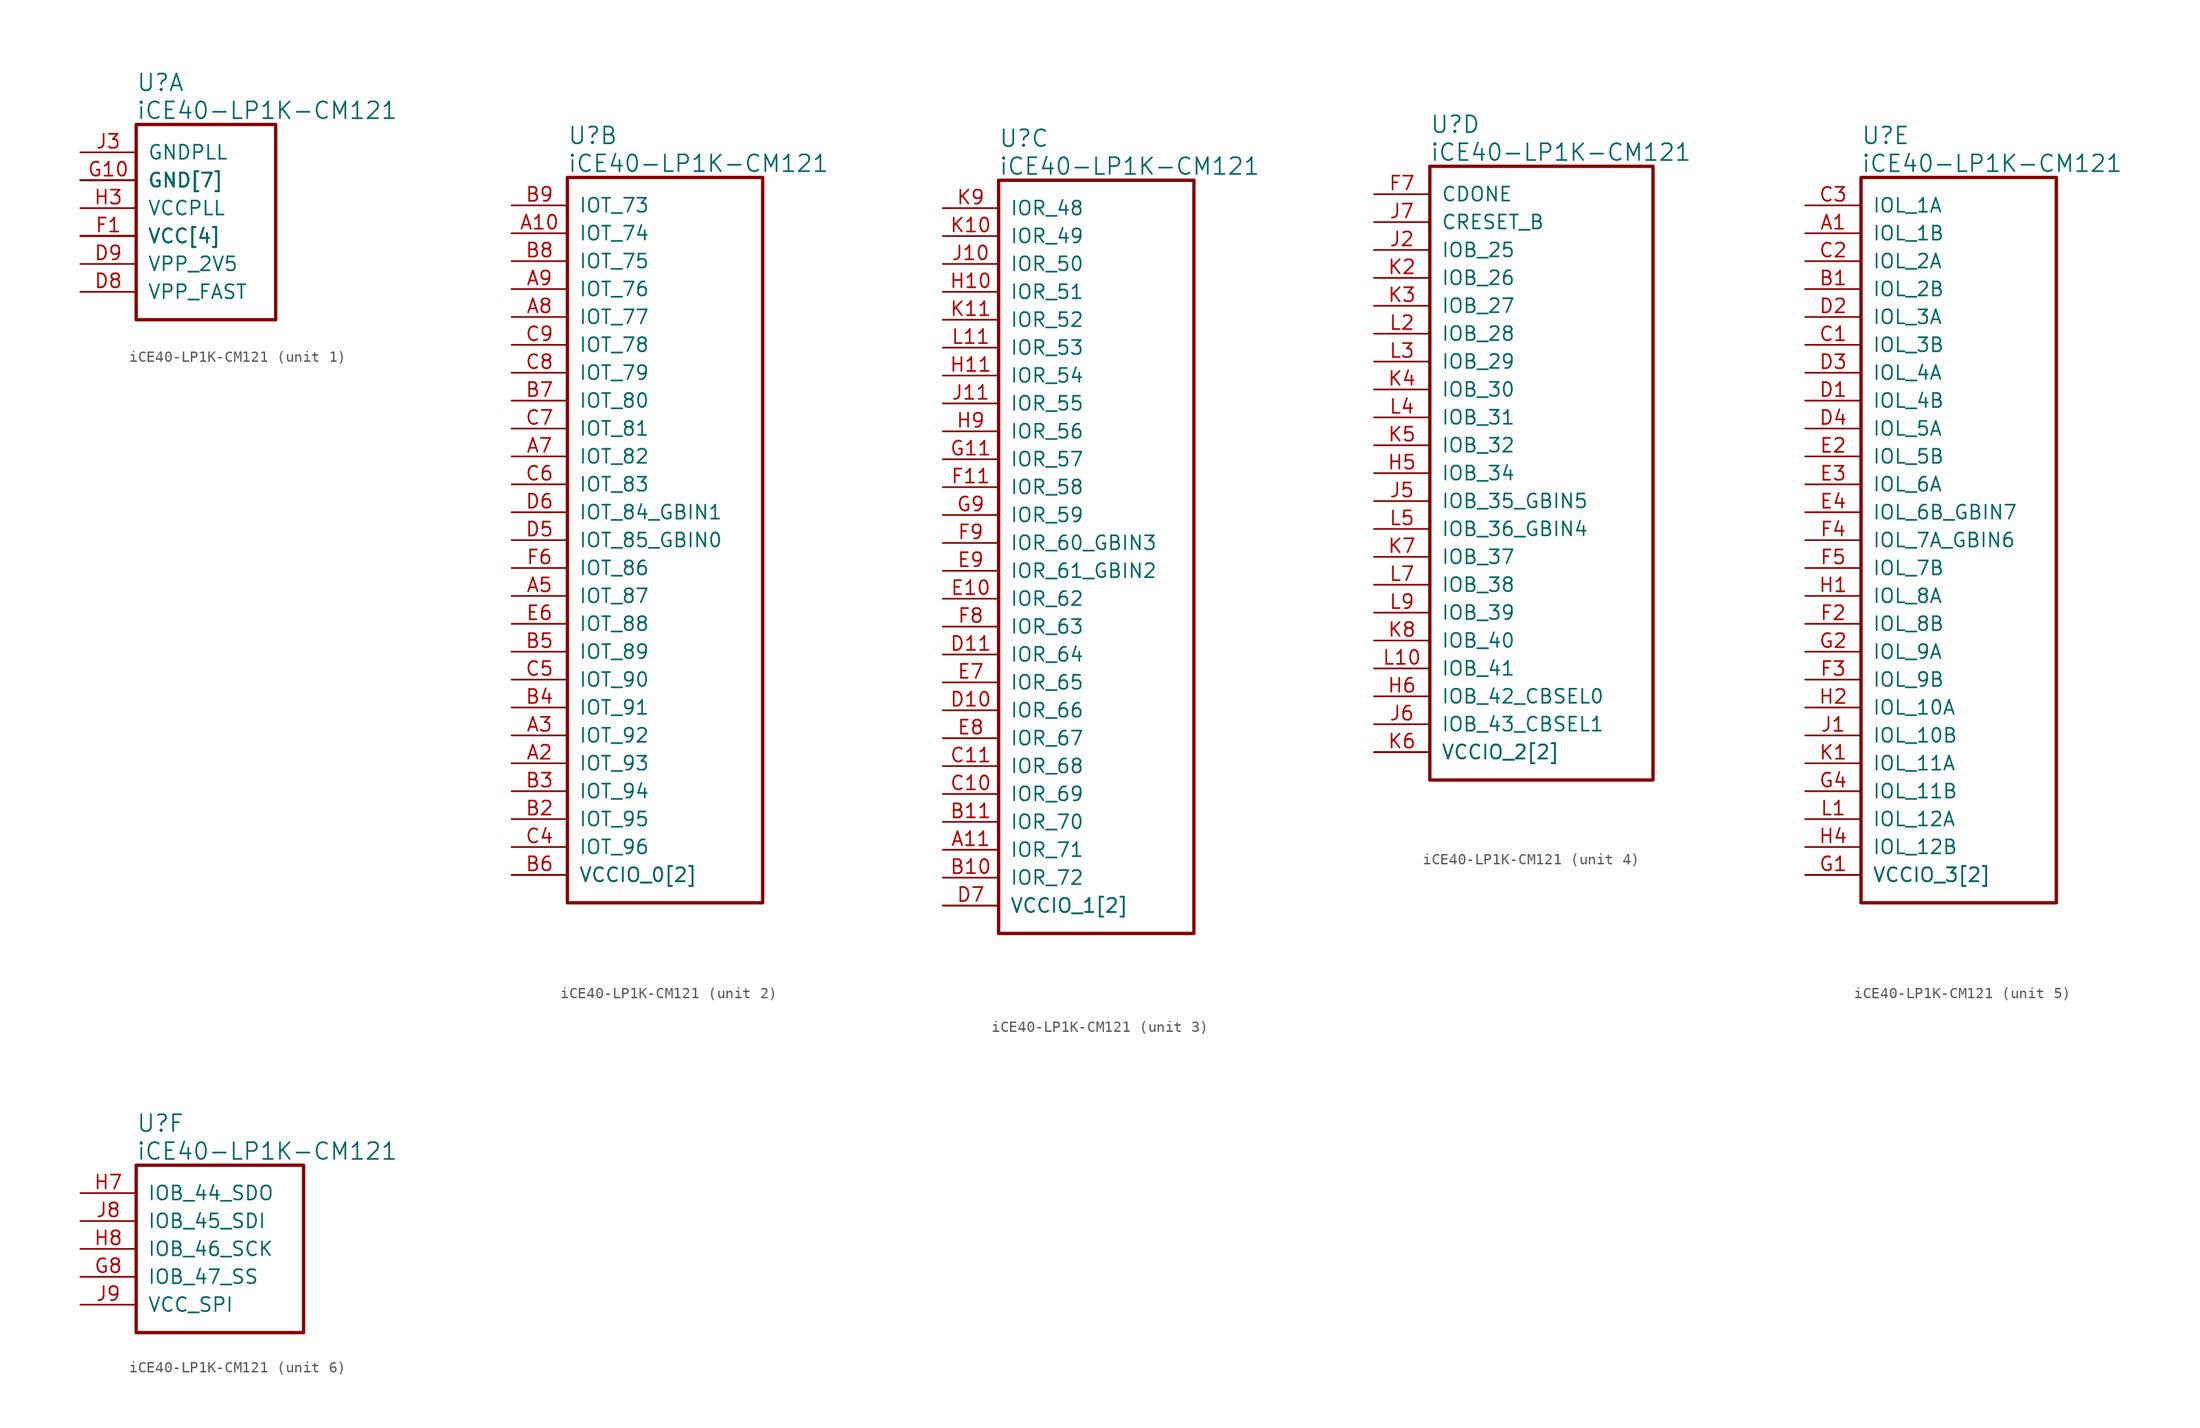
<source format=kicad_sym>
(kicad_symbol_lib
  (version 20241209)
  (generator "kicad_symbol_editor")
  (generator_version "9.0")
  (symbol "iCE40-LP1K-CM121"
    (pin_names
      (offset 1.016))
    (property "Reference" "U"
      (at 5.08 6.35 0)
      (effects (font (size 1.524 1.524)) (justify left)))
    (property "Value" "iCE40-LP1K-CM121"
      (at 5.08 3.81 0)
      (effects (font (size 1.524 1.524)) (justify left)))
    (property "ki_locked" ""
      (at 0 0 0)
      (effects (font (size 1.27 1.27))))
    (symbol "iCE40-LP1K-CM121_1_1"
      (rectangle (start 5.08 2.54) (end 17.78 -15.24) (stroke (width 0.305) (type solid)) (fill (type none)))
      (pin power_in line (at 0 0 0) (length 5.08) (name "GNDPLL" (effects (font (size 1.27 1.27)))) (number "J3" (effects (font (size 1.27 1.27)))))
      (pin power_in line (at 0 -2.54 0) (length 5.08) (name "GND[7]" (effects (font (size 1.27 1.27)))) (number "A6" (effects (font (size 0 0)))))
      (pin power_in line (at 0 -2.54 0) (length 5.08) (name "GND[7]" (effects (font (size 1.27 1.27)))) (number "E1" (effects (font (size 0 0)))))
      (pin power_in line (at 0 -2.54 0) (length 5.08) (name "GND[7]" (effects (font (size 1.27 1.27)))) (number "G10" (effects (font (size 1.27 1.27)))))
      (pin power_in line (at 0 -2.54 0) (length 5.08) (name "GND[7]" (effects (font (size 1.27 1.27)))) (number "G5" (effects (font (size 0 0)))))
      (pin power_in line (at 0 -2.54 0) (length 5.08) (name "GND[7]" (effects (font (size 1.27 1.27)))) (number "G6" (effects (font (size 0 0)))))
      (pin power_in line (at 0 -2.54 0) (length 5.08) (name "GND[7]" (effects (font (size 1.27 1.27)))) (number "G7" (effects (font (size 0 0)))))
      (pin power_in line (at 0 -2.54 0) (length 5.08) (name "GND[7]" (effects (font (size 1.27 1.27)))) (number "L6" (effects (font (size 0 0)))))
      (pin power_in line (at 0 -5.08 0) (length 5.08) (name "VCCPLL" (effects (font (size 1.27 1.27)))) (number "H3" (effects (font (size 1.27 1.27)))))
      (pin power_in line (at 0 -7.62 0) (length 5.08) (name "VCC[4]" (effects (font (size 1.27 1.27)))) (number "E5" (effects (font (size 0 0)))))
      (pin power_in line (at 0 -7.62 0) (length 5.08) (name "VCC[4]" (effects (font (size 1.27 1.27)))) (number "F1" (effects (font (size 1.27 1.27)))))
      (pin power_in line (at 0 -7.62 0) (length 5.08) (name "VCC[4]" (effects (font (size 1.27 1.27)))) (number "F10" (effects (font (size 0 0)))))
      (pin power_in line (at 0 -7.62 0) (length 5.08) (name "VCC[4]" (effects (font (size 1.27 1.27)))) (number "G3" (effects (font (size 0 0)))))
      (pin power_in line (at 0 -10.16 0) (length 5.08) (name "VPP_2V5" (effects (font (size 1.27 1.27)))) (number "D9" (effects (font (size 1.27 1.27)))))
      (pin power_in line (at 0 -12.7 0) (length 5.08) (name "VPP_FAST" (effects (font (size 1.27 1.27)))) (number "D8" (effects (font (size 1.27 1.27))))))
    (symbol "iCE40-LP1K-CM121_2_1"
      (rectangle (start 5.08 2.54) (end 22.86 -63.5) (stroke (width 0.305) (type solid)) (fill (type none)))
      (pin bidirectional line (at 0 0 0) (length 5.08) (name "IOT_73" (effects (font (size 1.27 1.27)))) (number "B9" (effects (font (size 1.27 1.27)))))
      (pin bidirectional line (at 0 -2.54 0) (length 5.08) (name "IOT_74" (effects (font (size 1.27 1.27)))) (number "A10" (effects (font (size 1.27 1.27)))))
      (pin bidirectional line (at 0 -5.08 0) (length 5.08) (name "IOT_75" (effects (font (size 1.27 1.27)))) (number "B8" (effects (font (size 1.27 1.27)))))
      (pin bidirectional line (at 0 -7.62 0) (length 5.08) (name "IOT_76" (effects (font (size 1.27 1.27)))) (number "A9" (effects (font (size 1.27 1.27)))))
      (pin bidirectional line (at 0 -10.16 0) (length 5.08) (name "IOT_77" (effects (font (size 1.27 1.27)))) (number "A8" (effects (font (size 1.27 1.27)))))
      (pin bidirectional line (at 0 -12.7 0) (length 5.08) (name "IOT_78" (effects (font (size 1.27 1.27)))) (number "C9" (effects (font (size 1.27 1.27)))))
      (pin bidirectional line (at 0 -15.24 0) (length 5.08) (name "IOT_79" (effects (font (size 1.27 1.27)))) (number "C8" (effects (font (size 1.27 1.27)))))
      (pin bidirectional line (at 0 -17.78 0) (length 5.08) (name "IOT_80" (effects (font (size 1.27 1.27)))) (number "B7" (effects (font (size 1.27 1.27)))))
      (pin bidirectional line (at 0 -20.32 0) (length 5.08) (name "IOT_81" (effects (font (size 1.27 1.27)))) (number "C7" (effects (font (size 1.27 1.27)))))
      (pin bidirectional line (at 0 -22.86 0) (length 5.08) (name "IOT_82" (effects (font (size 1.27 1.27)))) (number "A7" (effects (font (size 1.27 1.27)))))
      (pin bidirectional line (at 0 -25.4 0) (length 5.08) (name "IOT_83" (effects (font (size 1.27 1.27)))) (number "C6" (effects (font (size 1.27 1.27)))))
      (pin bidirectional line (at 0 -27.94 0) (length 5.08) (name "IOT_84_GBIN1" (effects (font (size 1.27 1.27)))) (number "D6" (effects (font (size 1.27 1.27)))))
      (pin bidirectional line (at 0 -30.48 0) (length 5.08) (name "IOT_85_GBIN0" (effects (font (size 1.27 1.27)))) (number "D5" (effects (font (size 1.27 1.27)))))
      (pin bidirectional line (at 0 -33.02 0) (length 5.08) (name "IOT_86" (effects (font (size 1.27 1.27)))) (number "F6" (effects (font (size 1.27 1.27)))))
      (pin bidirectional line (at 0 -35.56 0) (length 5.08) (name "IOT_87" (effects (font (size 1.27 1.27)))) (number "A5" (effects (font (size 1.27 1.27)))))
      (pin bidirectional line (at 0 -38.1 0) (length 5.08) (name "IOT_88" (effects (font (size 1.27 1.27)))) (number "E6" (effects (font (size 1.27 1.27)))))
      (pin bidirectional line (at 0 -40.64 0) (length 5.08) (name "IOT_89" (effects (font (size 1.27 1.27)))) (number "B5" (effects (font (size 1.27 1.27)))))
      (pin bidirectional line (at 0 -43.18 0) (length 5.08) (name "IOT_90" (effects (font (size 1.27 1.27)))) (number "C5" (effects (font (size 1.27 1.27)))))
      (pin bidirectional line (at 0 -45.72 0) (length 5.08) (name "IOT_91" (effects (font (size 1.27 1.27)))) (number "B4" (effects (font (size 1.27 1.27)))))
      (pin bidirectional line (at 0 -48.26 0) (length 5.08) (name "IOT_92" (effects (font (size 1.27 1.27)))) (number "A3" (effects (font (size 1.27 1.27)))))
      (pin bidirectional line (at 0 -50.8 0) (length 5.08) (name "IOT_93" (effects (font (size 1.27 1.27)))) (number "A2" (effects (font (size 1.27 1.27)))))
      (pin bidirectional line (at 0 -53.34 0) (length 5.08) (name "IOT_94" (effects (font (size 1.27 1.27)))) (number "B3" (effects (font (size 1.27 1.27)))))
      (pin bidirectional line (at 0 -55.88 0) (length 5.08) (name "IOT_95" (effects (font (size 1.27 1.27)))) (number "B2" (effects (font (size 1.27 1.27)))))
      (pin bidirectional line (at 0 -58.42 0) (length 5.08) (name "IOT_96" (effects (font (size 1.27 1.27)))) (number "C4" (effects (font (size 1.27 1.27)))))
      (pin power_in line (at 0 -60.96 0) (length 5.08) (name "VCCIO_0[2]" (effects (font (size 1.27 1.27)))) (number "A4" (effects (font (size 0 0)))))
      (pin power_in line (at 0 -60.96 0) (length 5.08) (name "VCCIO_0[2]" (effects (font (size 1.27 1.27)))) (number "B6" (effects (font (size 1.27 1.27))))))
    (symbol "iCE40-LP1K-CM121_3_1"
      (rectangle (start 5.08 2.54) (end 22.86 -66.04) (stroke (width 0.305) (type solid)) (fill (type none)))
      (pin bidirectional line (at 0 0 0) (length 5.08) (name "IOR_48" (effects (font (size 1.27 1.27)))) (number "K9" (effects (font (size 1.27 1.27)))))
      (pin bidirectional line (at 0 -2.54 0) (length 5.08) (name "IOR_49" (effects (font (size 1.27 1.27)))) (number "K10" (effects (font (size 1.27 1.27)))))
      (pin bidirectional line (at 0 -5.08 0) (length 5.08) (name "IOR_50" (effects (font (size 1.27 1.27)))) (number "J10" (effects (font (size 1.27 1.27)))))
      (pin bidirectional line (at 0 -7.62 0) (length 5.08) (name "IOR_51" (effects (font (size 1.27 1.27)))) (number "H10" (effects (font (size 1.27 1.27)))))
      (pin bidirectional line (at 0 -10.16 0) (length 5.08) (name "IOR_52" (effects (font (size 1.27 1.27)))) (number "K11" (effects (font (size 1.27 1.27)))))
      (pin bidirectional line (at 0 -12.7 0) (length 5.08) (name "IOR_53" (effects (font (size 1.27 1.27)))) (number "L11" (effects (font (size 1.27 1.27)))))
      (pin bidirectional line (at 0 -15.24 0) (length 5.08) (name "IOR_54" (effects (font (size 1.27 1.27)))) (number "H11" (effects (font (size 1.27 1.27)))))
      (pin bidirectional line (at 0 -17.78 0) (length 5.08) (name "IOR_55" (effects (font (size 1.27 1.27)))) (number "J11" (effects (font (size 1.27 1.27)))))
      (pin bidirectional line (at 0 -20.32 0) (length 5.08) (name "IOR_56" (effects (font (size 1.27 1.27)))) (number "H9" (effects (font (size 1.27 1.27)))))
      (pin bidirectional line (at 0 -22.86 0) (length 5.08) (name "IOR_57" (effects (font (size 1.27 1.27)))) (number "G11" (effects (font (size 1.27 1.27)))))
      (pin bidirectional line (at 0 -25.4 0) (length 5.08) (name "IOR_58" (effects (font (size 1.27 1.27)))) (number "F11" (effects (font (size 1.27 1.27)))))
      (pin bidirectional line (at 0 -27.94 0) (length 5.08) (name "IOR_59" (effects (font (size 1.27 1.27)))) (number "G9" (effects (font (size 1.27 1.27)))))
      (pin bidirectional line (at 0 -30.48 0) (length 5.08) (name "IOR_60_GBIN3" (effects (font (size 1.27 1.27)))) (number "F9" (effects (font (size 1.27 1.27)))))
      (pin bidirectional line (at 0 -33.02 0) (length 5.08) (name "IOR_61_GBIN2" (effects (font (size 1.27 1.27)))) (number "E9" (effects (font (size 1.27 1.27)))))
      (pin bidirectional line (at 0 -35.56 0) (length 5.08) (name "IOR_62" (effects (font (size 1.27 1.27)))) (number "E10" (effects (font (size 1.27 1.27)))))
      (pin bidirectional line (at 0 -38.1 0) (length 5.08) (name "IOR_63" (effects (font (size 1.27 1.27)))) (number "F8" (effects (font (size 1.27 1.27)))))
      (pin bidirectional line (at 0 -40.64 0) (length 5.08) (name "IOR_64" (effects (font (size 1.27 1.27)))) (number "D11" (effects (font (size 1.27 1.27)))))
      (pin bidirectional line (at 0 -43.18 0) (length 5.08) (name "IOR_65" (effects (font (size 1.27 1.27)))) (number "E7" (effects (font (size 1.27 1.27)))))
      (pin bidirectional line (at 0 -45.72 0) (length 5.08) (name "IOR_66" (effects (font (size 1.27 1.27)))) (number "D10" (effects (font (size 1.27 1.27)))))
      (pin bidirectional line (at 0 -48.26 0) (length 5.08) (name "IOR_67" (effects (font (size 1.27 1.27)))) (number "E8" (effects (font (size 1.27 1.27)))))
      (pin bidirectional line (at 0 -50.8 0) (length 5.08) (name "IOR_68" (effects (font (size 1.27 1.27)))) (number "C11" (effects (font (size 1.27 1.27)))))
      (pin bidirectional line (at 0 -53.34 0) (length 5.08) (name "IOR_69" (effects (font (size 1.27 1.27)))) (number "C10" (effects (font (size 1.27 1.27)))))
      (pin bidirectional line (at 0 -55.88 0) (length 5.08) (name "IOR_70" (effects (font (size 1.27 1.27)))) (number "B11" (effects (font (size 1.27 1.27)))))
      (pin bidirectional line (at 0 -58.42 0) (length 5.08) (name "IOR_71" (effects (font (size 1.27 1.27)))) (number "A11" (effects (font (size 1.27 1.27)))))
      (pin bidirectional line (at 0 -60.96 0) (length 5.08) (name "IOR_72" (effects (font (size 1.27 1.27)))) (number "B10" (effects (font (size 1.27 1.27)))))
      (pin power_in line (at 0 -63.5 0) (length 5.08) (name "VCCIO_1[2]" (effects (font (size 1.27 1.27)))) (number "D7" (effects (font (size 1.27 1.27)))))
      (pin power_in line (at 0 -63.5 0) (length 5.08) (name "VCCIO_1[2]" (effects (font (size 1.27 1.27)))) (number "E11" (effects (font (size 0 0))))))
    (symbol "iCE40-LP1K-CM121_4_1"
      (rectangle (start 5.08 2.54) (end 25.4 -53.34) (stroke (width 0.305) (type solid)) (fill (type none)))
      (pin output line (at 0 0 0) (length 5.08) (name "CDONE" (effects (font (size 1.27 1.27)))) (number "F7" (effects (font (size 1.27 1.27)))))
      (pin input line (at 0 -2.54 0) (length 5.08) (name "CRESET_B" (effects (font (size 1.27 1.27)))) (number "J7" (effects (font (size 1.27 1.27)))))
      (pin bidirectional line (at 0 -5.08 0) (length 5.08) (name "IOB_25" (effects (font (size 1.27 1.27)))) (number "J2" (effects (font (size 1.27 1.27)))))
      (pin bidirectional line (at 0 -7.62 0) (length 5.08) (name "IOB_26" (effects (font (size 1.27 1.27)))) (number "K2" (effects (font (size 1.27 1.27)))))
      (pin bidirectional line (at 0 -10.16 0) (length 5.08) (name "IOB_27" (effects (font (size 1.27 1.27)))) (number "K3" (effects (font (size 1.27 1.27)))))
      (pin bidirectional line (at 0 -12.7 0) (length 5.08) (name "IOB_28" (effects (font (size 1.27 1.27)))) (number "L2" (effects (font (size 1.27 1.27)))))
      (pin bidirectional line (at 0 -15.24 0) (length 5.08) (name "IOB_29" (effects (font (size 1.27 1.27)))) (number "L3" (effects (font (size 1.27 1.27)))))
      (pin bidirectional line (at 0 -17.78 0) (length 5.08) (name "IOB_30" (effects (font (size 1.27 1.27)))) (number "K4" (effects (font (size 1.27 1.27)))))
      (pin bidirectional line (at 0 -20.32 0) (length 5.08) (name "IOB_31" (effects (font (size 1.27 1.27)))) (number "L4" (effects (font (size 1.27 1.27)))))
      (pin bidirectional line (at 0 -22.86 0) (length 5.08) (name "IOB_32" (effects (font (size 1.27 1.27)))) (number "K5" (effects (font (size 1.27 1.27)))))
      (pin bidirectional line (at 0 -25.4 0) (length 5.08) (name "IOB_34" (effects (font (size 1.27 1.27)))) (number "H5" (effects (font (size 1.27 1.27)))))
      (pin bidirectional line (at 0 -27.94 0) (length 5.08) (name "IOB_35_GBIN5" (effects (font (size 1.27 1.27)))) (number "J5" (effects (font (size 1.27 1.27)))))
      (pin bidirectional line (at 0 -30.48 0) (length 5.08) (name "IOB_36_GBIN4" (effects (font (size 1.27 1.27)))) (number "L5" (effects (font (size 1.27 1.27)))))
      (pin bidirectional line (at 0 -33.02 0) (length 5.08) (name "IOB_37" (effects (font (size 1.27 1.27)))) (number "K7" (effects (font (size 1.27 1.27)))))
      (pin bidirectional line (at 0 -35.56 0) (length 5.08) (name "IOB_38" (effects (font (size 1.27 1.27)))) (number "L7" (effects (font (size 1.27 1.27)))))
      (pin bidirectional line (at 0 -38.1 0) (length 5.08) (name "IOB_39" (effects (font (size 1.27 1.27)))) (number "L9" (effects (font (size 1.27 1.27)))))
      (pin bidirectional line (at 0 -40.64 0) (length 5.08) (name "IOB_40" (effects (font (size 1.27 1.27)))) (number "K8" (effects (font (size 1.27 1.27)))))
      (pin bidirectional line (at 0 -43.18 0) (length 5.08) (name "IOB_41" (effects (font (size 1.27 1.27)))) (number "L10" (effects (font (size 1.27 1.27)))))
      (pin bidirectional line (at 0 -45.72 0) (length 5.08) (name "IOB_42_CBSEL0" (effects (font (size 1.27 1.27)))) (number "H6" (effects (font (size 1.27 1.27)))))
      (pin bidirectional line (at 0 -48.26 0) (length 5.08) (name "IOB_43_CBSEL1" (effects (font (size 1.27 1.27)))) (number "J6" (effects (font (size 1.27 1.27)))))
      (pin power_in line (at 0 -50.8 0) (length 5.08) (name "VCCIO_2[2]" (effects (font (size 1.27 1.27)))) (number "K6" (effects (font (size 1.27 1.27)))))
      (pin power_in line (at 0 -50.8 0) (length 5.08) (name "VCCIO_2[2]" (effects (font (size 1.27 1.27)))) (number "L8" (effects (font (size 0 0))))))
    (symbol "iCE40-LP1K-CM121_5_1"
      (rectangle (start 5.08 2.54) (end 22.86 -63.5) (stroke (width 0.305) (type solid)) (fill (type none)))
      (pin bidirectional line (at 0 0 0) (length 5.08) (name "IOL_1A" (effects (font (size 1.27 1.27)))) (number "C3" (effects (font (size 1.27 1.27)))))
      (pin bidirectional line (at 0 -2.54 0) (length 5.08) (name "IOL_1B" (effects (font (size 1.27 1.27)))) (number "A1" (effects (font (size 1.27 1.27)))))
      (pin bidirectional line (at 0 -5.08 0) (length 5.08) (name "IOL_2A" (effects (font (size 1.27 1.27)))) (number "C2" (effects (font (size 1.27 1.27)))))
      (pin bidirectional line (at 0 -7.62 0) (length 5.08) (name "IOL_2B" (effects (font (size 1.27 1.27)))) (number "B1" (effects (font (size 1.27 1.27)))))
      (pin bidirectional line (at 0 -10.16 0) (length 5.08) (name "IOL_3A" (effects (font (size 1.27 1.27)))) (number "D2" (effects (font (size 1.27 1.27)))))
      (pin bidirectional line (at 0 -12.7 0) (length 5.08) (name "IOL_3B" (effects (font (size 1.27 1.27)))) (number "C1" (effects (font (size 1.27 1.27)))))
      (pin bidirectional line (at 0 -15.24 0) (length 5.08) (name "IOL_4A" (effects (font (size 1.27 1.27)))) (number "D3" (effects (font (size 1.27 1.27)))))
      (pin bidirectional line (at 0 -17.78 0) (length 5.08) (name "IOL_4B" (effects (font (size 1.27 1.27)))) (number "D1" (effects (font (size 1.27 1.27)))))
      (pin bidirectional line (at 0 -20.32 0) (length 5.08) (name "IOL_5A" (effects (font (size 1.27 1.27)))) (number "D4" (effects (font (size 1.27 1.27)))))
      (pin bidirectional line (at 0 -22.86 0) (length 5.08) (name "IOL_5B" (effects (font (size 1.27 1.27)))) (number "E2" (effects (font (size 1.27 1.27)))))
      (pin bidirectional line (at 0 -25.4 0) (length 5.08) (name "IOL_6A" (effects (font (size 1.27 1.27)))) (number "E3" (effects (font (size 1.27 1.27)))))
      (pin bidirectional line (at 0 -27.94 0) (length 5.08) (name "IOL_6B_GBIN7" (effects (font (size 1.27 1.27)))) (number "E4" (effects (font (size 1.27 1.27)))))
      (pin bidirectional line (at 0 -30.48 0) (length 5.08) (name "IOL_7A_GBIN6" (effects (font (size 1.27 1.27)))) (number "F4" (effects (font (size 1.27 1.27)))))
      (pin bidirectional line (at 0 -33.02 0) (length 5.08) (name "IOL_7B" (effects (font (size 1.27 1.27)))) (number "F5" (effects (font (size 1.27 1.27)))))
      (pin bidirectional line (at 0 -35.56 0) (length 5.08) (name "IOL_8A" (effects (font (size 1.27 1.27)))) (number "H1" (effects (font (size 1.27 1.27)))))
      (pin bidirectional line (at 0 -38.1 0) (length 5.08) (name "IOL_8B" (effects (font (size 1.27 1.27)))) (number "F2" (effects (font (size 1.27 1.27)))))
      (pin bidirectional line (at 0 -40.64 0) (length 5.08) (name "IOL_9A" (effects (font (size 1.27 1.27)))) (number "G2" (effects (font (size 1.27 1.27)))))
      (pin bidirectional line (at 0 -43.18 0) (length 5.08) (name "IOL_9B" (effects (font (size 1.27 1.27)))) (number "F3" (effects (font (size 1.27 1.27)))))
      (pin bidirectional line (at 0 -45.72 0) (length 5.08) (name "IOL_10A" (effects (font (size 1.27 1.27)))) (number "H2" (effects (font (size 1.27 1.27)))))
      (pin bidirectional line (at 0 -48.26 0) (length 5.08) (name "IOL_10B" (effects (font (size 1.27 1.27)))) (number "J1" (effects (font (size 1.27 1.27)))))
      (pin bidirectional line (at 0 -50.8 0) (length 5.08) (name "IOL_11A" (effects (font (size 1.27 1.27)))) (number "K1" (effects (font (size 1.27 1.27)))))
      (pin bidirectional line (at 0 -53.34 0) (length 5.08) (name "IOL_11B" (effects (font (size 1.27 1.27)))) (number "G4" (effects (font (size 1.27 1.27)))))
      (pin bidirectional line (at 0 -55.88 0) (length 5.08) (name "IOL_12A" (effects (font (size 1.27 1.27)))) (number "L1" (effects (font (size 1.27 1.27)))))
      (pin bidirectional line (at 0 -58.42 0) (length 5.08) (name "IOL_12B" (effects (font (size 1.27 1.27)))) (number "H4" (effects (font (size 1.27 1.27)))))
      (pin power_in line (at 0 -60.96 0) (length 5.08) (name "VCCIO_3[2]" (effects (font (size 1.27 1.27)))) (number "G1" (effects (font (size 1.27 1.27)))))
      (pin power_in line (at 0 -60.96 0) (length 5.08) (name "VCCIO_3[2]" (effects (font (size 1.27 1.27)))) (number "J4" (effects (font (size 0 0))))))
    (symbol "iCE40-LP1K-CM121_6_1"
      (rectangle (start 5.08 2.54) (end 20.32 -12.7) (stroke (width 0.305) (type solid)) (fill (type none)))
      (pin bidirectional line (at 0 0 0) (length 5.08) (name "IOB_44_SDO" (effects (font (size 1.27 1.27)))) (number "H7" (effects (font (size 1.27 1.27)))))
      (pin bidirectional line (at 0 -2.54 0) (length 5.08) (name "IOB_45_SDI" (effects (font (size 1.27 1.27)))) (number "J8" (effects (font (size 1.27 1.27)))))
      (pin bidirectional line (at 0 -5.08 0) (length 5.08) (name "IOB_46_SCK" (effects (font (size 1.27 1.27)))) (number "H8" (effects (font (size 1.27 1.27)))))
      (pin bidirectional line (at 0 -7.62 0) (length 5.08) (name "IOB_47_SS" (effects (font (size 1.27 1.27)))) (number "G8" (effects (font (size 1.27 1.27)))))
      (pin power_in line (at 0 -10.16 0) (length 5.08) (name "VCC_SPI" (effects (font (size 1.27 1.27)))) (number "J9" (effects (font (size 1.27 1.27))))))))
</source>
